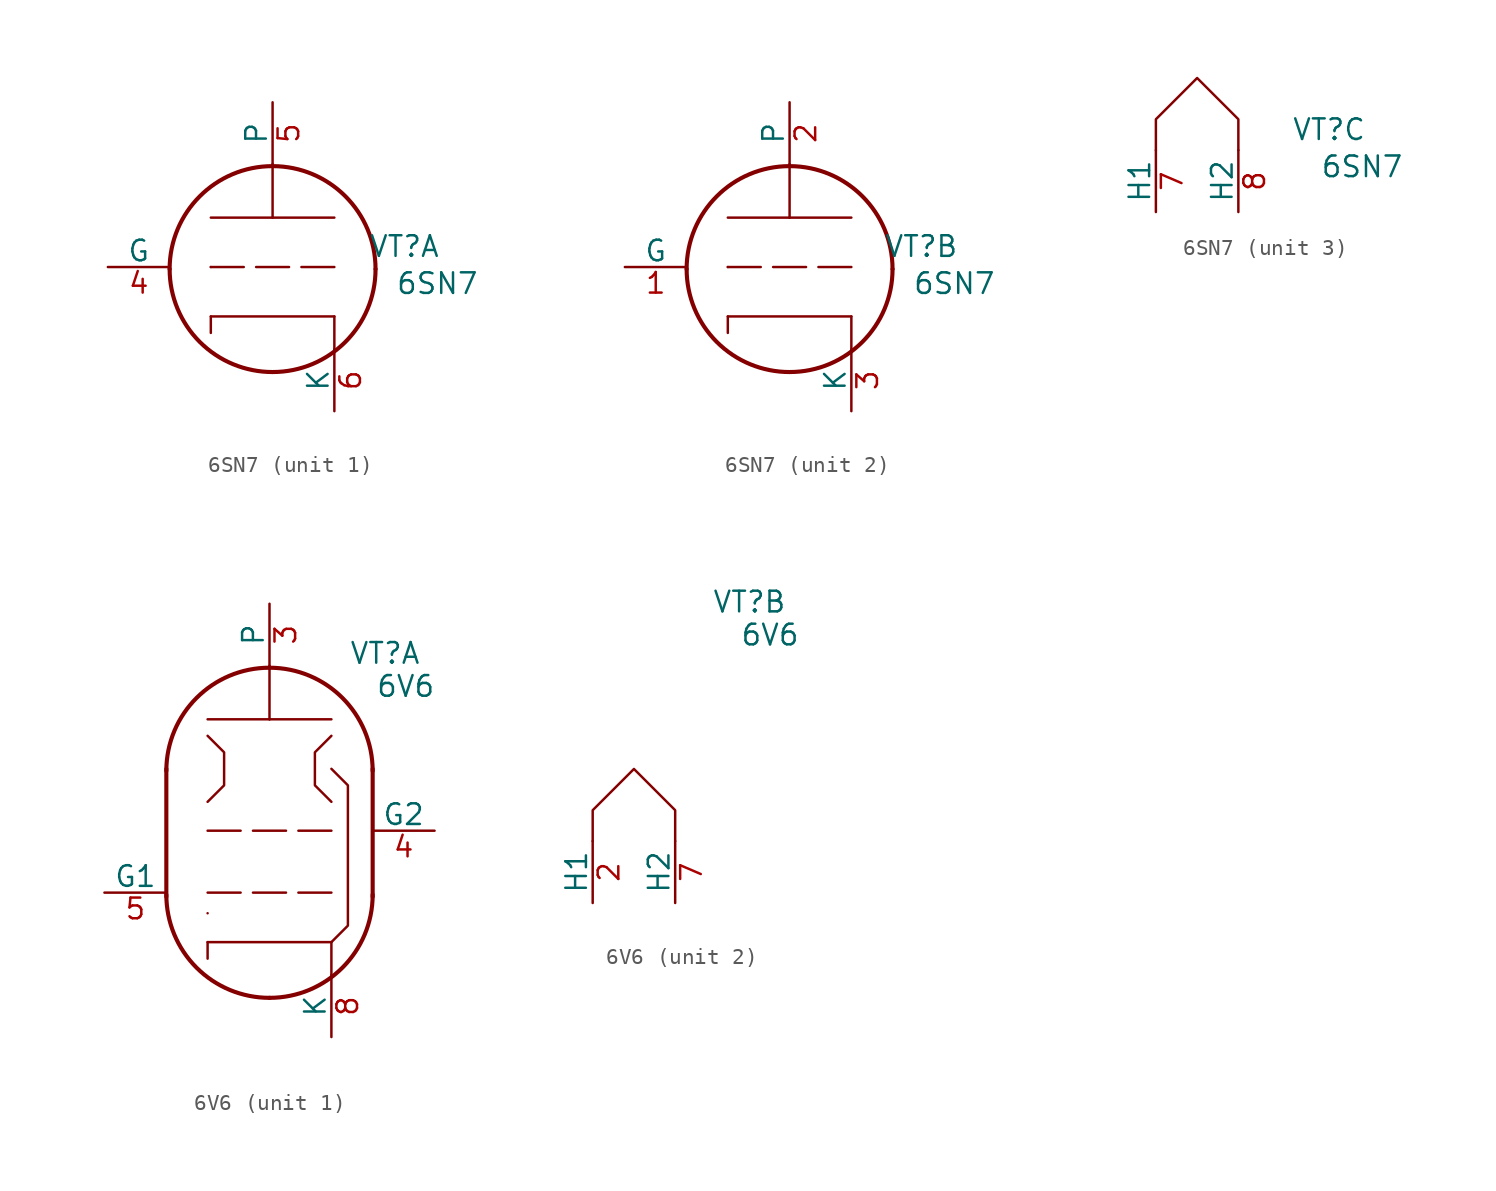
<source format=kicad_sym>
(kicad_symbol_lib
  (version 20241209)
  (generator "kicad_symbol_editor")
  (generator_version "9.0")
  (symbol "6SN7"
    (pin_names
      (offset 0))
    (property "Reference" "VT"
      (at 8.128 1.27 0)
      (effects (font (size 1.27 1.27))))
    (property "Value" "6SN7"
      (at 10.16 -1.016 0)
      (effects (font (size 1.27 1.27))))
    (property "ki_locked" ""
      (at 0 0 0)
      (effects (font (size 1.27 1.27))))
    (symbol "6SN7_1_1"
      (polyline (pts (xy -3.81 0) (xy -3.81 0)) (stroke (width 0) (type default)) (fill (type none)))
      (polyline (pts (xy -3.81 0) (xy -1.778 0)) (stroke (width 0) (type default)) (fill (type none)))
      (polyline (pts (xy -3.81 -3.048) (xy -3.81 -4.064)) (stroke (width 0) (type default)) (fill (type none)))
      (polyline (pts (xy -3.81 -3.048) (xy 3.81 -3.048)) (stroke (width 0) (type solid)) (fill (type none)))
      (polyline (pts (xy -1.016 0) (xy 1.016 0)) (stroke (width 0) (type default)) (fill (type none)))
      (arc (start -0.0001 -6.4769) (mid -4.4926 -4.6195) (end -6.35 -0.127) (stroke (width 0.254) (type solid)) (fill (type none)))
      (arc (start -6.35 -0.127) (mid -4.4902 4.3632) (end 0 6.223) (stroke (width 0.254) (type solid)) (fill (type none)))
      (polyline (pts (xy 0 3.048) (xy -3.81 3.048)) (stroke (width 0) (type solid)) (fill (type none)))
      (polyline (pts (xy 0 3.048) (xy 0 6.35)) (stroke (width 0) (type solid)) (fill (type none)))
      (polyline (pts (xy 0 3.048) (xy 3.81 3.048)) (stroke (width 0) (type solid)) (fill (type none)))
      (arc (start 0 6.223) (mid 4.4902 4.3632) (end 6.35 -0.127) (stroke (width 0.254) (type solid)) (fill (type none)))
      (arc (start 6.35 -0.127) (mid 4.491 -4.618) (end -0.0001 -6.4769) (stroke (width 0.254) (type solid)) (fill (type none)))
      (polyline (pts (xy 1.778 0) (xy 3.81 0)) (stroke (width 0) (type default)) (fill (type none)))
      (polyline (pts (xy 3.81 -3.048) (xy 3.81 -5.08)) (stroke (width 0) (type default)) (fill (type none)))
      (pin input line (at -10.16 0 0) (length 3.81) (name "G" (effects (font (size 1.27 1.27)))) (number "4" (effects (font (size 1.27 1.27)))))
      (pin passive line (at 0 10.16 270) (length 3.81) (name "P" (effects (font (size 1.27 1.27)))) (number "5" (effects (font (size 1.27 1.27)))))
      (pin passive line (at 3.81 -8.89 90) (length 3.81) (name "K" (effects (font (size 1.27 1.27)))) (number "6" (effects (font (size 1.27 1.27))))))
    (symbol "6SN7_2_1"
      (polyline (pts (xy -3.81 0) (xy -3.81 0)) (stroke (width 0) (type default)) (fill (type none)))
      (polyline (pts (xy -3.81 0) (xy -1.778 0)) (stroke (width 0) (type default)) (fill (type none)))
      (polyline (pts (xy -3.81 -3.048) (xy -3.81 -4.064)) (stroke (width 0) (type default)) (fill (type none)))
      (polyline (pts (xy -3.81 -3.048) (xy 3.81 -3.048)) (stroke (width 0) (type solid)) (fill (type none)))
      (polyline (pts (xy -1.016 0) (xy 1.016 0)) (stroke (width 0) (type default)) (fill (type none)))
      (arc (start -0.0001 -6.4769) (mid -4.4926 -4.6195) (end -6.35 -0.127) (stroke (width 0.254) (type solid)) (fill (type none)))
      (arc (start -6.35 -0.127) (mid -4.4902 4.3632) (end 0 6.223) (stroke (width 0.254) (type solid)) (fill (type none)))
      (polyline (pts (xy 0 3.048) (xy -3.81 3.048)) (stroke (width 0) (type solid)) (fill (type none)))
      (polyline (pts (xy 0 3.048) (xy 0 6.35)) (stroke (width 0) (type solid)) (fill (type none)))
      (polyline (pts (xy 0 3.048) (xy 3.81 3.048)) (stroke (width 0) (type solid)) (fill (type none)))
      (arc (start 0 6.223) (mid 4.4902 4.3632) (end 6.35 -0.127) (stroke (width 0.254) (type solid)) (fill (type none)))
      (arc (start 6.35 -0.127) (mid 4.491 -4.618) (end -0.0001 -6.4769) (stroke (width 0.254) (type solid)) (fill (type none)))
      (polyline (pts (xy 1.778 0) (xy 3.81 0)) (stroke (width 0) (type default)) (fill (type none)))
      (polyline (pts (xy 3.81 -3.048) (xy 3.81 -5.08)) (stroke (width 0) (type default)) (fill (type none)))
      (pin input line (at -10.16 0 0) (length 3.81) (name "G" (effects (font (size 1.27 1.27)))) (number "1" (effects (font (size 1.27 1.27)))))
      (pin passive line (at 0 10.16 270) (length 3.81) (name "P" (effects (font (size 1.27 1.27)))) (number "2" (effects (font (size 1.27 1.27)))))
      (pin passive line (at 3.81 -8.89 90) (length 3.81) (name "K" (effects (font (size 1.27 1.27)))) (number "3" (effects (font (size 1.27 1.27))))))
    (symbol "6SN7_3_1"
      (polyline (pts (xy -2.54 0) (xy -2.54 1.905) (xy 0 4.445) (xy 2.54 1.905) (xy 2.54 0)) (stroke (width 0) (type solid)) (fill (type none)))
      (pin passive line (at -2.54 -3.81 90) (length 3.81) (name "H1" (effects (font (size 1.27 1.27)))) (number "7" (effects (font (size 1.27 1.27)))))
      (pin passive line (at 2.54 -3.81 90) (length 3.81) (name "H2" (effects (font (size 1.27 1.27)))) (number "8" (effects (font (size 1.27 1.27)))))))
  (symbol "6V6"
    (pin_names
      (offset 0))
    (property "Reference" "VT"
      (at 7.112 14.732 0)
      (effects (font (size 1.27 1.27))))
    (property "Value" "6V6"
      (at 8.382 12.7 0)
      (effects (font (size 1.27 1.27))))
    (property "ki_locked" ""
      (at 0 0 0)
      (effects (font (size 1.27 1.27))))
    (symbol "6V6_1_1"
      (polyline (pts (xy -6.35 -0.254) (xy -6.35 7.62)) (stroke (width 0.254) (type solid)) (fill (type none)))
      (polyline (pts (xy -6.35 -0.254) (xy -6.35 -0.254)) (stroke (width 0) (type default)) (fill (type none)))
      (polyline (pts (xy -3.81 5.588) (xy -2.794 6.604) (xy -2.794 8.636) (xy -3.81 9.652)) (stroke (width 0) (type solid)) (fill (type none)))
      (polyline (pts (xy -3.81 3.81) (xy -1.778 3.81)) (stroke (width 0) (type default)) (fill (type none)))
      (polyline (pts (xy -3.81 0) (xy -1.778 0)) (stroke (width 0) (type default)) (fill (type none)))
      (polyline (pts (xy -3.81 -1.27) (xy -3.81 -1.27)) (stroke (width 0) (type default)) (fill (type none)))
      (polyline (pts (xy -3.81 -3.048) (xy -3.81 -4.064)) (stroke (width 0) (type default)) (fill (type none)))
      (polyline (pts (xy -3.81 -3.048) (xy 3.81 -3.048)) (stroke (width 0) (type solid)) (fill (type none)))
      (polyline (pts (xy -1.016 3.81) (xy 1.016 3.81)) (stroke (width 0) (type default)) (fill (type none)))
      (polyline (pts (xy -1.016 0) (xy 1.016 0)) (stroke (width 0) (type default)) (fill (type none)))
      (arc (start -0.0001 -6.4769) (mid -4.4926 -4.6195) (end -6.35 -0.127) (stroke (width 0.254) (type solid)) (fill (type none)))
      (arc (start -6.35 7.493) (mid -4.4902 11.9832) (end 0 13.843) (stroke (width 0.254) (type solid)) (fill (type none)))
      (polyline (pts (xy 0 10.668) (xy -3.81 10.668)) (stroke (width 0) (type solid)) (fill (type none)))
      (polyline (pts (xy 0 10.668) (xy 0 13.97)) (stroke (width 0) (type solid)) (fill (type none)))
      (polyline (pts (xy 0 10.668) (xy 3.81 10.668)) (stroke (width 0) (type solid)) (fill (type none)))
      (arc (start 0 13.843) (mid 4.4902 11.9832) (end 6.35 7.493) (stroke (width 0.254) (type solid)) (fill (type none)))
      (arc (start 6.35 -0.127) (mid 4.491 -4.618) (end -0.0001 -6.4769) (stroke (width 0.254) (type solid)) (fill (type none)))
      (polyline (pts (xy 1.778 3.81) (xy 3.81 3.81)) (stroke (width 0) (type default)) (fill (type none)))
      (polyline (pts (xy 1.778 0) (xy 3.81 0)) (stroke (width 0) (type default)) (fill (type none)))
      (polyline (pts (xy 3.81 5.588) (xy 2.794 6.604) (xy 2.794 8.636) (xy 3.81 9.652)) (stroke (width 0) (type solid)) (fill (type none)))
      (polyline (pts (xy 3.81 -3.048) (xy 3.81 -5.08)) (stroke (width 0) (type default)) (fill (type none)))
      (polyline (pts (xy 3.81 -3.048) (xy 4.826 -2.032) (xy 4.826 6.604) (xy 3.81 7.62) (xy 3.81 7.62)) (stroke (width 0) (type default)) (fill (type none)))
      (polyline (pts (xy 6.35 -0.254) (xy 6.35 7.62)) (stroke (width 0.254) (type solid)) (fill (type none)))
      (pin input line (at -10.16 0 0) (length 3.81) (name "G1" (effects (font (size 1.27 1.27)))) (number "5" (effects (font (size 1.27 1.27)))))
      (pin no_connect line (at -6.35 7.62 0) (length 3.81) (hide yes) (name "NC" (effects (font (size 1.27 1.27)))) (number "1" (effects (font (size 1.27 1.27)))))
      (pin no_connect line (at -6.35 6.35 0) (length 3.81) (hide yes) (name "X" (effects (font (size 1.27 1.27)))) (number "6" (effects (font (size 1.27 1.27)))))
      (pin passive line (at 0 17.78 270) (length 3.81) (name "P" (effects (font (size 1.27 1.27)))) (number "3" (effects (font (size 1.27 1.27)))))
      (pin passive line (at 3.81 -8.89 90) (length 3.81) (name "K" (effects (font (size 1.27 1.27)))) (number "8" (effects (font (size 1.27 1.27)))))
      (pin passive line (at 10.16 3.81 180) (length 3.81) (name "G2" (effects (font (size 1.27 1.27)))) (number "4" (effects (font (size 1.27 1.27))))))
    (symbol "6V6_2_1"
      (polyline (pts (xy -2.54 0) (xy -2.54 1.905) (xy 0 4.445) (xy 2.54 1.905) (xy 2.54 0)) (stroke (width 0) (type solid)) (fill (type none)))
      (pin passive line (at -2.54 -3.81 90) (length 3.81) (name "H1" (effects (font (size 1.27 1.27)))) (number "2" (effects (font (size 1.27 1.27)))))
      (pin passive line (at 2.54 -3.81 90) (length 3.81) (name "H2" (effects (font (size 1.27 1.27)))) (number "7" (effects (font (size 1.27 1.27))))))))
</source>
